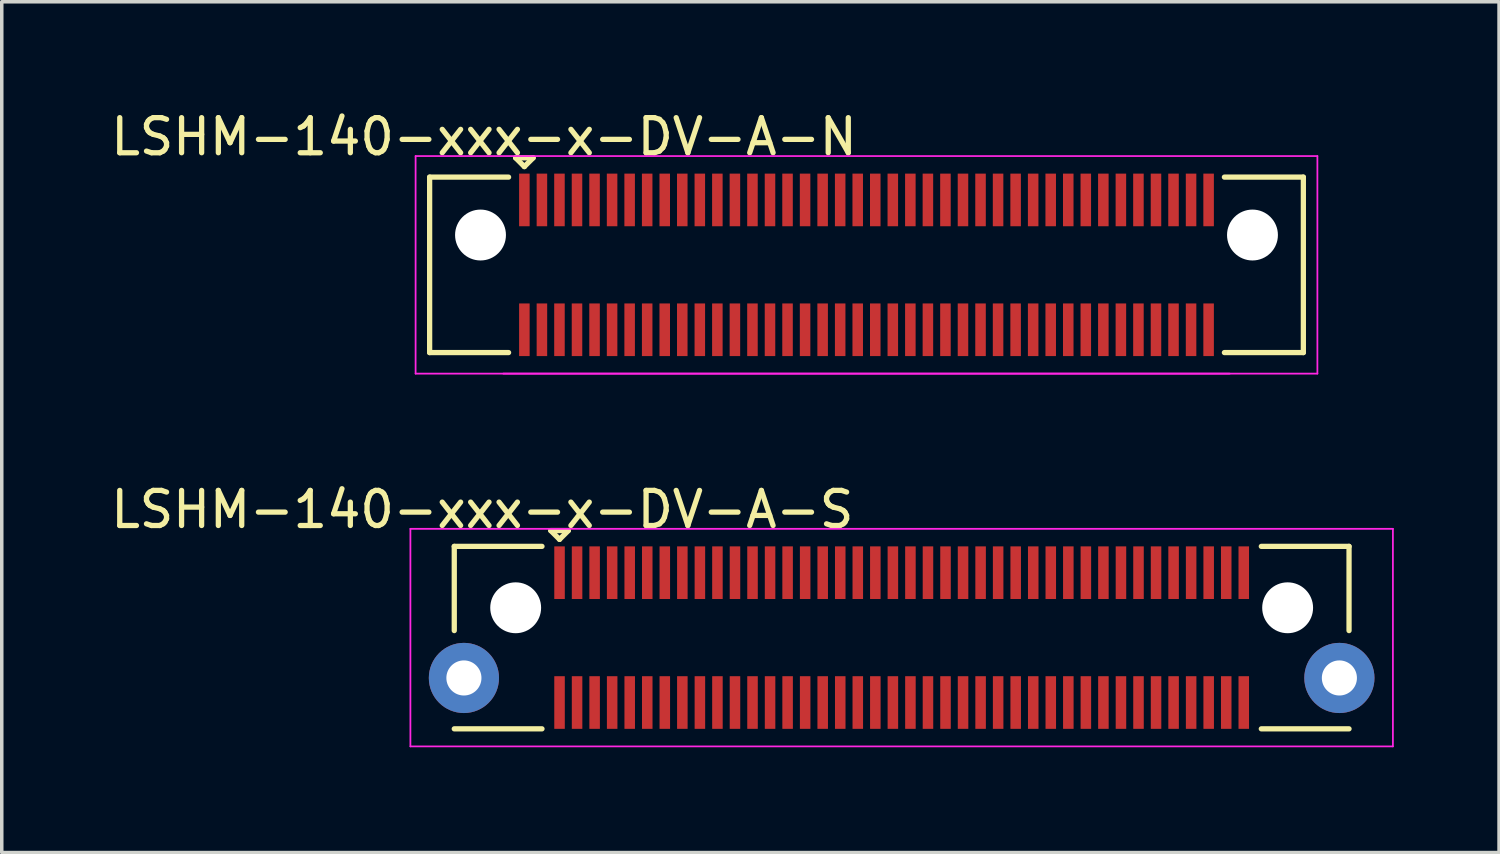
<source format=kicad_pcb>
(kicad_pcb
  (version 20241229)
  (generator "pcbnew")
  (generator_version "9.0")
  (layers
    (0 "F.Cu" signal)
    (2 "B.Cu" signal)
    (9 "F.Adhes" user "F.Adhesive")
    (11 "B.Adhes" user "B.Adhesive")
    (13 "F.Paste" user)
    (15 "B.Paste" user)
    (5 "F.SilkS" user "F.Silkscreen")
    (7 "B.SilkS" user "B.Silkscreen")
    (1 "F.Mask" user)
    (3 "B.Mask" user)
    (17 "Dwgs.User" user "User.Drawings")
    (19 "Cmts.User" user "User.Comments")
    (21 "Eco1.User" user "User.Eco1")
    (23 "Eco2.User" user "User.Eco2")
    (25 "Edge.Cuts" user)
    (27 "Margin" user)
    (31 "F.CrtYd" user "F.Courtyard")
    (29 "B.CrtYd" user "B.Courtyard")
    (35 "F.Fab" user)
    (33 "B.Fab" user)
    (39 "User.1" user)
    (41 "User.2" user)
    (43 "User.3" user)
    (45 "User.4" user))
  (footprint "LSHM-140-xxx-x-DV-A-S"
    (layer "F.Cu")
    (at 22.646 15.121)
    (property "Reference" "LSHM-140-xxx-x-DV-A-S" (at -11.95 -3.65 0) (layer "F.SilkS") (effects (font (size 1 1) (thickness 0.15))))
    (attr smd)
    (fp_line (start -12.75 -2.6) (end -10.25 -2.6) (stroke (width 0.15) (type solid)) (layer "F.SilkS"))
    (fp_line (start -12.75 -0.2) (end -12.75 -2.6) (stroke (width 0.15) (type solid)) (layer "F.SilkS"))
    (fp_line (start -12.75 2.6) (end -10.25 2.6) (stroke (width 0.15) (type solid)) (layer "F.SilkS"))
    (fp_line (start -10 -3.05) (end -9.75 -2.8) (stroke (width 0.15) (type solid)) (layer "F.SilkS"))
    (fp_line (start -9.75 -2.8) (end -9.5 -3.05) (stroke (width 0.15) (type solid)) (layer "F.SilkS"))
    (fp_line (start -9.5 -3.05) (end -10 -3.05) (stroke (width 0.15) (type solid)) (layer "F.SilkS"))
    (fp_line (start 12.75 -2.6) (end 10.25 -2.6) (stroke (width 0.15) (type solid)) (layer "F.SilkS"))
    (fp_line (start 12.75 -0.2) (end 12.75 -2.6) (stroke (width 0.15) (type solid)) (layer "F.SilkS"))
    (fp_line (start 12.75 2.6) (end 10.25 2.6) (stroke (width 0.15) (type solid)) (layer "F.SilkS"))
    (fp_line (start -14 -3.1) (end 14 -3.1) (stroke (width 0.05) (type solid)) (layer "F.CrtYd"))
    (fp_line (start -14 3.1) (end -14 -3.1) (stroke (width 0.05) (type solid)) (layer "F.CrtYd"))
    (fp_line (start -14 3.1) (end 14 3.1) (stroke (width 0.05) (type solid)) (layer "F.CrtYd"))
    (fp_line (start 14 3.1) (end 14 -3.1) (stroke (width 0.05) (type solid)) (layer "F.CrtYd"))
    (pad "" np_thru_hole circle (at -11 -0.85) (size 1.45 1.45) (drill 1.45) (layers "*.Cu" "*.Mask"))
    (pad "" np_thru_hole circle (at 11 -0.85) (size 1.45 1.45) (drill 1.45) (layers "*.Cu" "*.Mask"))
    (pad "1" smd rect (at -9.75 -1.85) (size 0.3 1.5) (layers "F.Cu" "F.Mask" "F.Paste"))
    (pad "2" smd rect (at -9.75 1.85) (size 0.3 1.5) (layers "F.Cu" "F.Mask" "F.Paste"))
    (pad "3" smd rect (at -9.25 -1.85) (size 0.3 1.5) (layers "F.Cu" "F.Mask" "F.Paste"))
    (pad "4" smd rect (at -9.25 1.85) (size 0.3 1.5) (layers "F.Cu" "F.Mask" "F.Paste"))
    (pad "5" smd rect (at -8.75 -1.85) (size 0.3 1.5) (layers "F.Cu" "F.Mask" "F.Paste"))
    (pad "6" smd rect (at -8.75 1.85) (size 0.3 1.5) (layers "F.Cu" "F.Mask" "F.Paste"))
    (pad "7" smd rect (at -8.25 -1.85) (size 0.3 1.5) (layers "F.Cu" "F.Mask" "F.Paste"))
    (pad "8" smd rect (at -8.25 1.85) (size 0.3 1.5) (layers "F.Cu" "F.Mask" "F.Paste"))
    (pad "9" smd rect (at -7.75 -1.85) (size 0.3 1.5) (layers "F.Cu" "F.Mask" "F.Paste"))
    (pad "10" smd rect (at -7.75 1.85) (size 0.3 1.5) (layers "F.Cu" "F.Mask" "F.Paste"))
    (pad "11" smd rect (at -7.25 -1.85) (size 0.3 1.5) (layers "F.Cu" "F.Mask" "F.Paste"))
    (pad "12" smd rect (at -7.25 1.85) (size 0.3 1.5) (layers "F.Cu" "F.Mask" "F.Paste"))
    (pad "13" smd rect (at -6.75 -1.85) (size 0.3 1.5) (layers "F.Cu" "F.Mask" "F.Paste"))
    (pad "14" smd rect (at -6.75 1.85) (size 0.3 1.5) (layers "F.Cu" "F.Mask" "F.Paste"))
    (pad "15" smd rect (at -6.25 -1.85) (size 0.3 1.5) (layers "F.Cu" "F.Mask" "F.Paste"))
    (pad "16" smd rect (at -6.25 1.85) (size 0.3 1.5) (layers "F.Cu" "F.Mask" "F.Paste"))
    (pad "17" smd rect (at -5.75 -1.85) (size 0.3 1.5) (layers "F.Cu" "F.Mask" "F.Paste"))
    (pad "18" smd rect (at -5.75 1.85) (size 0.3 1.5) (layers "F.Cu" "F.Mask" "F.Paste"))
    (pad "19" smd rect (at -5.25 -1.85) (size 0.3 1.5) (layers "F.Cu" "F.Mask" "F.Paste"))
    (pad "20" smd rect (at -5.25 1.85) (size 0.3 1.5) (layers "F.Cu" "F.Mask" "F.Paste"))
    (pad "21" smd rect (at -4.75 -1.85) (size 0.3 1.5) (layers "F.Cu" "F.Mask" "F.Paste"))
    (pad "22" smd rect (at -4.75 1.85) (size 0.3 1.5) (layers "F.Cu" "F.Mask" "F.Paste"))
    (pad "23" smd rect (at -4.25 -1.85) (size 0.3 1.5) (layers "F.Cu" "F.Mask" "F.Paste"))
    (pad "24" smd rect (at -4.25 1.85) (size 0.3 1.5) (layers "F.Cu" "F.Mask" "F.Paste"))
    (pad "25" smd rect (at -3.75 -1.85) (size 0.3 1.5) (layers "F.Cu" "F.Mask" "F.Paste"))
    (pad "26" smd rect (at -3.75 1.85) (size 0.3 1.5) (layers "F.Cu" "F.Mask" "F.Paste"))
    (pad "27" smd rect (at -3.25 -1.85) (size 0.3 1.5) (layers "F.Cu" "F.Mask" "F.Paste"))
    (pad "28" smd rect (at -3.25 1.85) (size 0.3 1.5) (layers "F.Cu" "F.Mask" "F.Paste"))
    (pad "29" smd rect (at -2.75 -1.85) (size 0.3 1.5) (layers "F.Cu" "F.Mask" "F.Paste"))
    (pad "30" smd rect (at -2.75 1.85) (size 0.3 1.5) (layers "F.Cu" "F.Mask" "F.Paste"))
    (pad "31" smd rect (at -2.25 -1.85) (size 0.3 1.5) (layers "F.Cu" "F.Mask" "F.Paste"))
    (pad "32" smd rect (at -2.25 1.85) (size 0.3 1.5) (layers "F.Cu" "F.Mask" "F.Paste"))
    (pad "33" smd rect (at -1.75 -1.85) (size 0.3 1.5) (layers "F.Cu" "F.Mask" "F.Paste"))
    (pad "34" smd rect (at -1.75 1.85) (size 0.3 1.5) (layers "F.Cu" "F.Mask" "F.Paste"))
    (pad "35" smd rect (at -1.25 -1.85) (size 0.3 1.5) (layers "F.Cu" "F.Mask" "F.Paste"))
    (pad "36" smd rect (at -1.25 1.85) (size 0.3 1.5) (layers "F.Cu" "F.Mask" "F.Paste"))
    (pad "37" smd rect (at -0.75 -1.85) (size 0.3 1.5) (layers "F.Cu" "F.Mask" "F.Paste"))
    (pad "38" smd rect (at -0.75 1.85) (size 0.3 1.5) (layers "F.Cu" "F.Mask" "F.Paste"))
    (pad "39" smd rect (at -0.25 -1.85) (size 0.3 1.5) (layers "F.Cu" "F.Mask" "F.Paste"))
    (pad "40" smd rect (at -0.25 1.85) (size 0.3 1.5) (layers "F.Cu" "F.Mask" "F.Paste"))
    (pad "41" smd rect (at 0.25 -1.85) (size 0.3 1.5) (layers "F.Cu" "F.Mask" "F.Paste"))
    (pad "42" smd rect (at 0.25 1.85) (size 0.3 1.5) (layers "F.Cu" "F.Mask" "F.Paste"))
    (pad "43" smd rect (at 0.75 -1.85) (size 0.3 1.5) (layers "F.Cu" "F.Mask" "F.Paste"))
    (pad "44" smd rect (at 0.75 1.85) (size 0.3 1.5) (layers "F.Cu" "F.Mask" "F.Paste"))
    (pad "45" smd rect (at 1.25 -1.85) (size 0.3 1.5) (layers "F.Cu" "F.Mask" "F.Paste"))
    (pad "46" smd rect (at 1.25 1.85) (size 0.3 1.5) (layers "F.Cu" "F.Mask" "F.Paste"))
    (pad "47" smd rect (at 1.75 -1.85) (size 0.3 1.5) (layers "F.Cu" "F.Mask" "F.Paste"))
    (pad "48" smd rect (at 1.75 1.85) (size 0.3 1.5) (layers "F.Cu" "F.Mask" "F.Paste"))
    (pad "49" smd rect (at 2.25 -1.85) (size 0.3 1.5) (layers "F.Cu" "F.Mask" "F.Paste"))
    (pad "50" smd rect (at 2.25 1.85) (size 0.3 1.5) (layers "F.Cu" "F.Mask" "F.Paste"))
    (pad "51" smd rect (at 2.75 -1.85) (size 0.3 1.5) (layers "F.Cu" "F.Mask" "F.Paste"))
    (pad "52" smd rect (at 2.75 1.85) (size 0.3 1.5) (layers "F.Cu" "F.Mask" "F.Paste"))
    (pad "53" smd rect (at 3.25 -1.85) (size 0.3 1.5) (layers "F.Cu" "F.Mask" "F.Paste"))
    (pad "54" smd rect (at 3.25 1.85) (size 0.3 1.5) (layers "F.Cu" "F.Mask" "F.Paste"))
    (pad "55" smd rect (at 3.75 -1.85) (size 0.3 1.5) (layers "F.Cu" "F.Mask" "F.Paste"))
    (pad "56" smd rect (at 3.75 1.85) (size 0.3 1.5) (layers "F.Cu" "F.Mask" "F.Paste"))
    (pad "57" smd rect (at 4.25 -1.85) (size 0.3 1.5) (layers "F.Cu" "F.Mask" "F.Paste"))
    (pad "58" smd rect (at 4.25 1.85) (size 0.3 1.5) (layers "F.Cu" "F.Mask" "F.Paste"))
    (pad "59" smd rect (at 4.75 -1.85) (size 0.3 1.5) (layers "F.Cu" "F.Mask" "F.Paste"))
    (pad "60" smd rect (at 4.75 1.85) (size 0.3 1.5) (layers "F.Cu" "F.Mask" "F.Paste"))
    (pad "61" smd rect (at 5.25 -1.85) (size 0.3 1.5) (layers "F.Cu" "F.Mask" "F.Paste"))
    (pad "62" smd rect (at 5.25 1.85) (size 0.3 1.5) (layers "F.Cu" "F.Mask" "F.Paste"))
    (pad "63" smd rect (at 5.75 -1.85) (size 0.3 1.5) (layers "F.Cu" "F.Mask" "F.Paste"))
    (pad "64" smd rect (at 5.75 1.85) (size 0.3 1.5) (layers "F.Cu" "F.Mask" "F.Paste"))
    (pad "65" smd rect (at 6.25 -1.85) (size 0.3 1.5) (layers "F.Cu" "F.Mask" "F.Paste"))
    (pad "66" smd rect (at 6.25 1.85) (size 0.3 1.5) (layers "F.Cu" "F.Mask" "F.Paste"))
    (pad "67" smd rect (at 6.75 -1.85) (size 0.3 1.5) (layers "F.Cu" "F.Mask" "F.Paste"))
    (pad "68" smd rect (at 6.75 1.85) (size 0.3 1.5) (layers "F.Cu" "F.Mask" "F.Paste"))
    (pad "69" smd rect (at 7.25 -1.85) (size 0.3 1.5) (layers "F.Cu" "F.Mask" "F.Paste"))
    (pad "70" smd rect (at 7.25 1.85) (size 0.3 1.5) (layers "F.Cu" "F.Mask" "F.Paste"))
    (pad "71" smd rect (at 7.75 -1.85) (size 0.3 1.5) (layers "F.Cu" "F.Mask" "F.Paste"))
    (pad "72" smd rect (at 7.75 1.85) (size 0.3 1.5) (layers "F.Cu" "F.Mask" "F.Paste"))
    (pad "73" smd rect (at 8.25 -1.85) (size 0.3 1.5) (layers "F.Cu" "F.Mask" "F.Paste"))
    (pad "74" smd rect (at 8.25 1.85) (size 0.3 1.5) (layers "F.Cu" "F.Mask" "F.Paste"))
    (pad "75" smd rect (at 8.75 -1.85) (size 0.3 1.5) (layers "F.Cu" "F.Mask" "F.Paste"))
    (pad "76" smd rect (at 8.75 1.85) (size 0.3 1.5) (layers "F.Cu" "F.Mask" "F.Paste"))
    (pad "77" smd rect (at 9.25 -1.85) (size 0.3 1.5) (layers "F.Cu" "F.Mask" "F.Paste"))
    (pad "78" smd rect (at 9.25 1.85) (size 0.3 1.5) (layers "F.Cu" "F.Mask" "F.Paste"))
    (pad "79" smd rect (at 9.75 -1.85) (size 0.3 1.5) (layers "F.Cu" "F.Mask" "F.Paste"))
    (pad "80" smd rect (at 9.75 1.85) (size 0.3 1.5) (layers "F.Cu" "F.Mask" "F.Paste"))
    (pad "81" thru_hole circle (at -12.475 1.15) (size 2 2) (drill 1) (layers "*.Cu" "*.Mask"))
    (pad "81" thru_hole circle (at 12.475 1.15) (size 2 2) (drill 1) (layers "*.Cu" "*.Mask")))
  (footprint "LSHM-140-xxx-x-DV-A-N"
    (layer "F.Cu")
    (at 21.644 4.498)
    (property "Reference" "LSHM-140-xxx-x-DV-A-N" (at -10.9 -3.65 0) (layer "F.SilkS") (effects (font (size 1 1) (thickness 0.15))))
    (attr smd)
    (fp_line (start -12.45 -2.5) (end -12.45 2.5) (stroke (width 0.15) (type solid)) (layer "F.SilkS"))
    (fp_line (start -12.45 -2.5) (end -10.2 -2.5) (stroke (width 0.15) (type solid)) (layer "F.SilkS"))
    (fp_line (start -12.45 2.5) (end -10.2 2.5) (stroke (width 0.15) (type solid)) (layer "F.SilkS"))
    (fp_line (start -10 -3.05) (end -9.75 -2.8) (stroke (width 0.15) (type solid)) (layer "F.SilkS"))
    (fp_line (start -9.75 -2.8) (end -9.5 -3.05) (stroke (width 0.15) (type solid)) (layer "F.SilkS"))
    (fp_line (start -9.5 -3.05) (end -10 -3.05) (stroke (width 0.15) (type solid)) (layer "F.SilkS"))
    (fp_line (start 12.45 -2.5) (end 10.2 -2.5) (stroke (width 0.15) (type solid)) (layer "F.SilkS"))
    (fp_line (start 12.45 -2.5) (end 12.45 2.5) (stroke (width 0.15) (type solid)) (layer "F.SilkS"))
    (fp_line (start 12.45 2.5) (end 10.2 2.5) (stroke (width 0.15) (type solid)) (layer "F.SilkS"))
    (fp_line (start -12.85 -3.1) (end 12.85 -3.1) (stroke (width 0.05) (type solid)) (layer "F.CrtYd"))
    (fp_line (start -12.85 3.1) (end -12.85 -3.1) (stroke (width 0.05) (type solid)) (layer "F.CrtYd"))
    (fp_line (start -12.85 3.1) (end 12.85 3.1) (stroke (width 0.05) (type solid)) (layer "F.CrtYd"))
    (fp_line (start -10.35 3.1) (end 10.35 3.1) (stroke (width 0.05) (type solid)) (layer "F.CrtYd"))
    (fp_line (start 12.85 3.1) (end 12.85 -3.1) (stroke (width 0.05) (type solid)) (layer "F.CrtYd"))
    (pad "" np_thru_hole circle (at -11 -0.85) (size 1.45 1.45) (drill 1.45) (layers "*.Cu" "*.Mask"))
    (pad "" np_thru_hole circle (at 11 -0.85) (size 1.45 1.45) (drill 1.45) (layers "*.Cu" "*.Mask"))
    (pad "1" smd rect (at -9.75 -1.85) (size 0.3 1.5) (layers "F.Cu" "F.Mask" "F.Paste"))
    (pad "2" smd rect (at -9.75 1.85) (size 0.3 1.5) (layers "F.Cu" "F.Mask" "F.Paste"))
    (pad "3" smd rect (at -9.25 -1.85) (size 0.3 1.5) (layers "F.Cu" "F.Mask" "F.Paste"))
    (pad "4" smd rect (at -9.25 1.85) (size 0.3 1.5) (layers "F.Cu" "F.Mask" "F.Paste"))
    (pad "5" smd rect (at -8.75 -1.85) (size 0.3 1.5) (layers "F.Cu" "F.Mask" "F.Paste"))
    (pad "6" smd rect (at -8.75 1.85) (size 0.3 1.5) (layers "F.Cu" "F.Mask" "F.Paste"))
    (pad "7" smd rect (at -8.25 -1.85) (size 0.3 1.5) (layers "F.Cu" "F.Mask" "F.Paste"))
    (pad "8" smd rect (at -8.25 1.85) (size 0.3 1.5) (layers "F.Cu" "F.Mask" "F.Paste"))
    (pad "9" smd rect (at -7.75 -1.85) (size 0.3 1.5) (layers "F.Cu" "F.Mask" "F.Paste"))
    (pad "10" smd rect (at -7.75 1.85) (size 0.3 1.5) (layers "F.Cu" "F.Mask" "F.Paste"))
    (pad "11" smd rect (at -7.25 -1.85) (size 0.3 1.5) (layers "F.Cu" "F.Mask" "F.Paste"))
    (pad "12" smd rect (at -7.25 1.85) (size 0.3 1.5) (layers "F.Cu" "F.Mask" "F.Paste"))
    (pad "13" smd rect (at -6.75 -1.85) (size 0.3 1.5) (layers "F.Cu" "F.Mask" "F.Paste"))
    (pad "14" smd rect (at -6.75 1.85) (size 0.3 1.5) (layers "F.Cu" "F.Mask" "F.Paste"))
    (pad "15" smd rect (at -6.25 -1.85) (size 0.3 1.5) (layers "F.Cu" "F.Mask" "F.Paste"))
    (pad "16" smd rect (at -6.25 1.85) (size 0.3 1.5) (layers "F.Cu" "F.Mask" "F.Paste"))
    (pad "17" smd rect (at -5.75 -1.85) (size 0.3 1.5) (layers "F.Cu" "F.Mask" "F.Paste"))
    (pad "18" smd rect (at -5.75 1.85) (size 0.3 1.5) (layers "F.Cu" "F.Mask" "F.Paste"))
    (pad "19" smd rect (at -5.25 -1.85) (size 0.3 1.5) (layers "F.Cu" "F.Mask" "F.Paste"))
    (pad "20" smd rect (at -5.25 1.85) (size 0.3 1.5) (layers "F.Cu" "F.Mask" "F.Paste"))
    (pad "21" smd rect (at -4.75 -1.85) (size 0.3 1.5) (layers "F.Cu" "F.Mask" "F.Paste"))
    (pad "22" smd rect (at -4.75 1.85) (size 0.3 1.5) (layers "F.Cu" "F.Mask" "F.Paste"))
    (pad "23" smd rect (at -4.25 -1.85) (size 0.3 1.5) (layers "F.Cu" "F.Mask" "F.Paste"))
    (pad "24" smd rect (at -4.25 1.85) (size 0.3 1.5) (layers "F.Cu" "F.Mask" "F.Paste"))
    (pad "25" smd rect (at -3.75 -1.85) (size 0.3 1.5) (layers "F.Cu" "F.Mask" "F.Paste"))
    (pad "26" smd rect (at -3.75 1.85) (size 0.3 1.5) (layers "F.Cu" "F.Mask" "F.Paste"))
    (pad "27" smd rect (at -3.25 -1.85) (size 0.3 1.5) (layers "F.Cu" "F.Mask" "F.Paste"))
    (pad "28" smd rect (at -3.25 1.85) (size 0.3 1.5) (layers "F.Cu" "F.Mask" "F.Paste"))
    (pad "29" smd rect (at -2.75 -1.85) (size 0.3 1.5) (layers "F.Cu" "F.Mask" "F.Paste"))
    (pad "30" smd rect (at -2.75 1.85) (size 0.3 1.5) (layers "F.Cu" "F.Mask" "F.Paste"))
    (pad "31" smd rect (at -2.25 -1.85) (size 0.3 1.5) (layers "F.Cu" "F.Mask" "F.Paste"))
    (pad "32" smd rect (at -2.25 1.85) (size 0.3 1.5) (layers "F.Cu" "F.Mask" "F.Paste"))
    (pad "33" smd rect (at -1.75 -1.85) (size 0.3 1.5) (layers "F.Cu" "F.Mask" "F.Paste"))
    (pad "34" smd rect (at -1.75 1.85) (size 0.3 1.5) (layers "F.Cu" "F.Mask" "F.Paste"))
    (pad "35" smd rect (at -1.25 -1.85) (size 0.3 1.5) (layers "F.Cu" "F.Mask" "F.Paste"))
    (pad "36" smd rect (at -1.25 1.85) (size 0.3 1.5) (layers "F.Cu" "F.Mask" "F.Paste"))
    (pad "37" smd rect (at -0.75 -1.85) (size 0.3 1.5) (layers "F.Cu" "F.Mask" "F.Paste"))
    (pad "38" smd rect (at -0.75 1.85) (size 0.3 1.5) (layers "F.Cu" "F.Mask" "F.Paste"))
    (pad "39" smd rect (at -0.25 -1.85) (size 0.3 1.5) (layers "F.Cu" "F.Mask" "F.Paste"))
    (pad "40" smd rect (at -0.25 1.85) (size 0.3 1.5) (layers "F.Cu" "F.Mask" "F.Paste"))
    (pad "41" smd rect (at 0.25 -1.85) (size 0.3 1.5) (layers "F.Cu" "F.Mask" "F.Paste"))
    (pad "42" smd rect (at 0.25 1.85) (size 0.3 1.5) (layers "F.Cu" "F.Mask" "F.Paste"))
    (pad "43" smd rect (at 0.75 -1.85) (size 0.3 1.5) (layers "F.Cu" "F.Mask" "F.Paste"))
    (pad "44" smd rect (at 0.75 1.85) (size 0.3 1.5) (layers "F.Cu" "F.Mask" "F.Paste"))
    (pad "45" smd rect (at 1.25 -1.85) (size 0.3 1.5) (layers "F.Cu" "F.Mask" "F.Paste"))
    (pad "46" smd rect (at 1.25 1.85) (size 0.3 1.5) (layers "F.Cu" "F.Mask" "F.Paste"))
    (pad "47" smd rect (at 1.75 -1.85) (size 0.3 1.5) (layers "F.Cu" "F.Mask" "F.Paste"))
    (pad "48" smd rect (at 1.75 1.85) (size 0.3 1.5) (layers "F.Cu" "F.Mask" "F.Paste"))
    (pad "49" smd rect (at 2.25 -1.85) (size 0.3 1.5) (layers "F.Cu" "F.Mask" "F.Paste"))
    (pad "50" smd rect (at 2.25 1.85) (size 0.3 1.5) (layers "F.Cu" "F.Mask" "F.Paste"))
    (pad "51" smd rect (at 2.75 -1.85) (size 0.3 1.5) (layers "F.Cu" "F.Mask" "F.Paste"))
    (pad "52" smd rect (at 2.75 1.85) (size 0.3 1.5) (layers "F.Cu" "F.Mask" "F.Paste"))
    (pad "53" smd rect (at 3.25 -1.85) (size 0.3 1.5) (layers "F.Cu" "F.Mask" "F.Paste"))
    (pad "54" smd rect (at 3.25 1.85) (size 0.3 1.5) (layers "F.Cu" "F.Mask" "F.Paste"))
    (pad "55" smd rect (at 3.75 -1.85) (size 0.3 1.5) (layers "F.Cu" "F.Mask" "F.Paste"))
    (pad "56" smd rect (at 3.75 1.85) (size 0.3 1.5) (layers "F.Cu" "F.Mask" "F.Paste"))
    (pad "57" smd rect (at 4.25 -1.85) (size 0.3 1.5) (layers "F.Cu" "F.Mask" "F.Paste"))
    (pad "58" smd rect (at 4.25 1.85) (size 0.3 1.5) (layers "F.Cu" "F.Mask" "F.Paste"))
    (pad "59" smd rect (at 4.75 -1.85) (size 0.3 1.5) (layers "F.Cu" "F.Mask" "F.Paste"))
    (pad "60" smd rect (at 4.75 1.85) (size 0.3 1.5) (layers "F.Cu" "F.Mask" "F.Paste"))
    (pad "61" smd rect (at 5.25 -1.85) (size 0.3 1.5) (layers "F.Cu" "F.Mask" "F.Paste"))
    (pad "62" smd rect (at 5.25 1.85) (size 0.3 1.5) (layers "F.Cu" "F.Mask" "F.Paste"))
    (pad "63" smd rect (at 5.75 -1.85) (size 0.3 1.5) (layers "F.Cu" "F.Mask" "F.Paste"))
    (pad "64" smd rect (at 5.75 1.85) (size 0.3 1.5) (layers "F.Cu" "F.Mask" "F.Paste"))
    (pad "65" smd rect (at 6.25 -1.85) (size 0.3 1.5) (layers "F.Cu" "F.Mask" "F.Paste"))
    (pad "66" smd rect (at 6.25 1.85) (size 0.3 1.5) (layers "F.Cu" "F.Mask" "F.Paste"))
    (pad "67" smd rect (at 6.75 -1.85) (size 0.3 1.5) (layers "F.Cu" "F.Mask" "F.Paste"))
    (pad "68" smd rect (at 6.75 1.85) (size 0.3 1.5) (layers "F.Cu" "F.Mask" "F.Paste"))
    (pad "69" smd rect (at 7.25 -1.85) (size 0.3 1.5) (layers "F.Cu" "F.Mask" "F.Paste"))
    (pad "70" smd rect (at 7.25 1.85) (size 0.3 1.5) (layers "F.Cu" "F.Mask" "F.Paste"))
    (pad "71" smd rect (at 7.75 -1.85) (size 0.3 1.5) (layers "F.Cu" "F.Mask" "F.Paste"))
    (pad "72" smd rect (at 7.75 1.85) (size 0.3 1.5) (layers "F.Cu" "F.Mask" "F.Paste"))
    (pad "73" smd rect (at 8.25 -1.85) (size 0.3 1.5) (layers "F.Cu" "F.Mask" "F.Paste"))
    (pad "74" smd rect (at 8.25 1.85) (size 0.3 1.5) (layers "F.Cu" "F.Mask" "F.Paste"))
    (pad "75" smd rect (at 8.75 -1.85) (size 0.3 1.5) (layers "F.Cu" "F.Mask" "F.Paste"))
    (pad "76" smd rect (at 8.75 1.85) (size 0.3 1.5) (layers "F.Cu" "F.Mask" "F.Paste"))
    (pad "77" smd rect (at 9.25 -1.85) (size 0.3 1.5) (layers "F.Cu" "F.Mask" "F.Paste"))
    (pad "78" smd rect (at 9.25 1.85) (size 0.3 1.5) (layers "F.Cu" "F.Mask" "F.Paste"))
    (pad "79" smd rect (at 9.75 -1.85) (size 0.3 1.5) (layers "F.Cu" "F.Mask" "F.Paste"))
    (pad "80" smd rect (at 9.75 1.85) (size 0.3 1.5) (layers "F.Cu" "F.Mask" "F.Paste")))
  (gr_rect
    (start -3 -3)
    (end 39.671 21.247)
    (stroke (width 0.1) (type default))
    (fill no)
    (layer "Edge.Cuts")))
</source>
